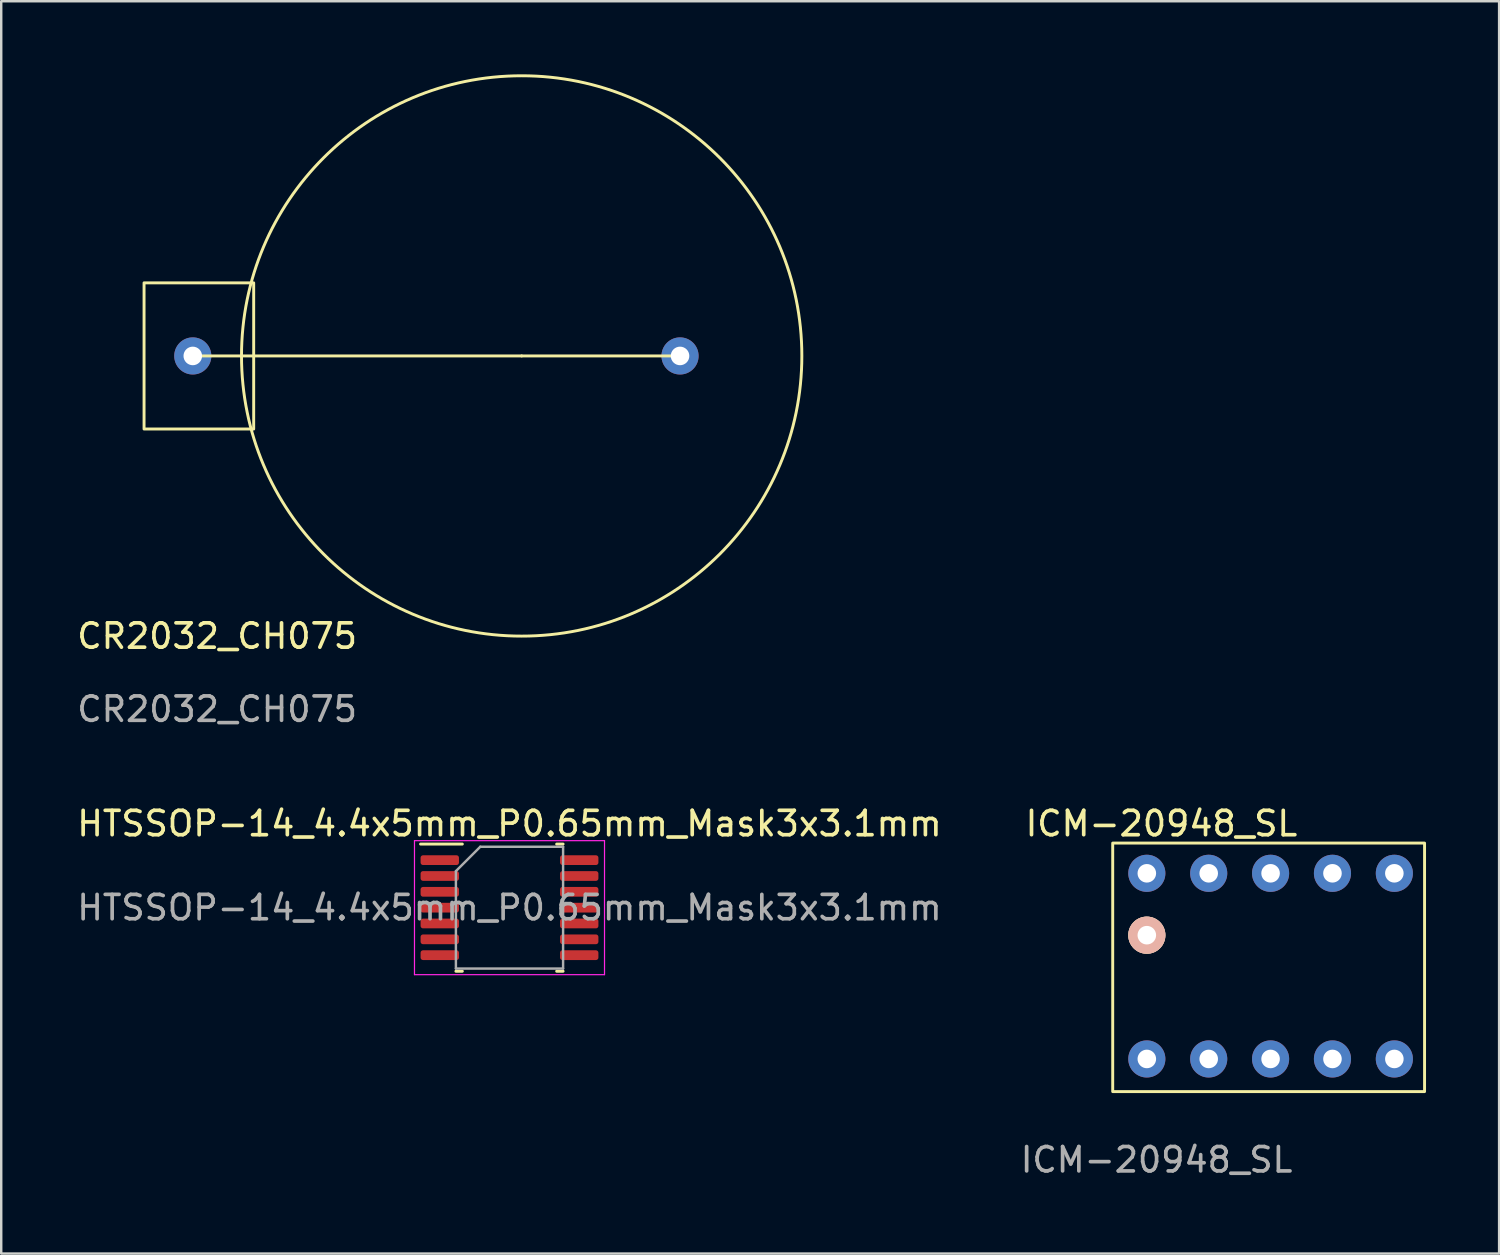
<source format=kicad_pcb>
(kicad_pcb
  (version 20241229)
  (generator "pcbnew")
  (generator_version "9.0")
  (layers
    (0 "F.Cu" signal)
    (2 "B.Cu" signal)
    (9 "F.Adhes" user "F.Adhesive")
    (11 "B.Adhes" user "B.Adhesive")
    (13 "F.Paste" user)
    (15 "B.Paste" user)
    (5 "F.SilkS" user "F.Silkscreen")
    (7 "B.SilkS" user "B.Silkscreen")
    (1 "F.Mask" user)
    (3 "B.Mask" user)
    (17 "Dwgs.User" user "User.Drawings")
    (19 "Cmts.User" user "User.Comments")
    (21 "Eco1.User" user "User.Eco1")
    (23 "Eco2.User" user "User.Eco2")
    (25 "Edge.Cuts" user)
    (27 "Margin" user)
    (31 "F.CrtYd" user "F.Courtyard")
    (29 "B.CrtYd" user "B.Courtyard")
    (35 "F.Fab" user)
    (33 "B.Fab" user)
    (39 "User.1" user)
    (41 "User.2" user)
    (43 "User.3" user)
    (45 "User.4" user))
  (footprint "CR2032_CH075"
    (layer "F.Cu")
    (at 5.863 23.56)
    (property "Reference" "CR2032_CH075" (at 0 -0.5 0) (unlocked yes) (layer "F.SilkS") (effects (font (size 1 1) (thickness 0.15))))
    (attr through_hole)
    (fp_line (start 12.5 -12) (end -1 -12) (stroke (width 0.12) (type solid)) (layer "F.SilkS"))
    (fp_line (start 12.5 -12) (end 19 -12) (stroke (width 0.12) (type solid)) (layer "F.SilkS"))
    (fp_rect (start -3 -15) (end 1.5 -9) (stroke (width 0.12) (type solid)) (fill no) (layer "F.SilkS"))
    (fp_circle (center 12.5 -12) (end 24 -12) (stroke (width 0.12) (type solid)) (fill no) (layer "F.SilkS"))
    (fp_text user "${REFERENCE}" (at 0 2.5 0) (unlocked yes) (layer "F.Fab") (effects (font (size 1 1) (thickness 0.15))))
    (pad "1" thru_hole circle (at 19 -12) (size 1.524 1.524) (drill 0.762) (layers "*.Cu" "*.Mask"))
    (pad "2" thru_hole circle (at -1 -12) (size 1.524 1.524) (drill 0.762) (layers "*.Cu" "*.Mask")))
  (footprint "ICM-20948_SL"
    (layer "F.Cu")
    (at 44.023 42.956)
    (property "Reference" "ICM-20948_SL" (at 0.6 -12.2 0) (unlocked yes) (layer "F.SilkS") (effects (font (size 1 1) (thickness 0.15))))
    (attr through_hole)
    (fp_rect (start -1.4 -1.2) (end 11.4 -11.4) (stroke (width 0.12) (type solid)) (fill no) (layer "F.SilkS"))
    (fp_text user "${REFERENCE}" (at 0.4 1.6 0) (unlocked yes) (layer "F.Fab") (effects (font (size 1 1) (thickness 0.15))))
    (pad "1" thru_hole circle (at 0 -2.54) (size 1.524 1.524) (drill 0.762) (layers "*.Cu" "*.Mask"))
    (pad "2" thru_hole circle (at 2.54 -2.54) (size 1.524 1.524) (drill 0.762) (layers "*.Cu" "*.Mask"))
    (pad "3" thru_hole circle (at 5.08 -2.54) (size 1.524 1.524) (drill 0.762) (layers "*.Cu" "*.Mask"))
    (pad "4" thru_hole circle (at 7.62 -2.54) (size 1.524 1.524) (drill 0.762) (layers "*.Cu" "*.Mask"))
    (pad "5" thru_hole circle (at 10.16 -2.54) (size 1.524 1.524) (drill 0.762) (layers "*.Cu" "*.Mask"))
    (pad "6" thru_hole circle (at 10.16 -10.16) (size 1.524 1.524) (drill 0.762) (layers "*.Cu" "*.Mask"))
    (pad "7" thru_hole circle (at 7.62 -10.16) (size 1.524 1.524) (drill 0.762) (layers "*.Cu" "*.Mask"))
    (pad "8" thru_hole circle (at 5.08 -10.16) (size 1.524 1.524) (drill 0.762) (layers "*.Cu" "*.Mask"))
    (pad "9" thru_hole circle (at 2.54 -10.16) (size 1.524 1.524) (drill 0.762) (layers "*.Cu" "*.Mask"))
    (pad "10" thru_hole circle (at 0 -10.16) (size 1.524 1.524) (drill 0.762) (layers "*.Cu" "*.Mask"))
    (pad "11" thru_hole circle (at 0 -7.62) (size 1.524 1.524) (drill 0.762) (layers "*.Cu" "*.SilkS")))
  (footprint "HTSSOP-14_4.4x5mm_P0.65mm_Mask3x3.1mm"
    (layer "F.Cu")
    (at 17.863 34.206)
    (property "Reference" "HTSSOP-14_4.4x5mm_P0.65mm_Mask3x3.1mm" (at 0 -3.45 0) (layer "F.SilkS") (effects (font (size 1 1) (thickness 0.15))))
    (attr smd)
    (fp_line (start -1.936 -2.61) (end -3.65 -2.61) (stroke (width 0.12) (type solid)) (layer "F.SilkS"))
    (fp_line (start -1.936 2.61) (end -2.2 2.61) (stroke (width 0.12) (type solid)) (layer "F.SilkS"))
    (fp_line (start 1.936 -2.61) (end 2.2 -2.61) (stroke (width 0.12) (type solid)) (layer "F.SilkS"))
    (fp_line (start 1.936 2.61) (end 2.2 2.61) (stroke (width 0.12) (type solid)) (layer "F.SilkS"))
    (fp_line (start -3.9 -2.75) (end -3.9 2.75) (stroke (width 0.05) (type solid)) (layer "F.CrtYd"))
    (fp_line (start -3.9 2.75) (end 3.9 2.75) (stroke (width 0.05) (type solid)) (layer "F.CrtYd"))
    (fp_line (start 3.9 -2.75) (end -3.9 -2.75) (stroke (width 0.05) (type solid)) (layer "F.CrtYd"))
    (fp_line (start 3.9 2.75) (end 3.9 -2.75) (stroke (width 0.05) (type solid)) (layer "F.CrtYd"))
    (fp_line (start -2.2 -1.5) (end -1.2 -2.5) (stroke (width 0.1) (type solid)) (layer "F.Fab"))
    (fp_line (start -2.2 2.5) (end -2.2 -1.5) (stroke (width 0.1) (type solid)) (layer "F.Fab"))
    (fp_line (start -1.2 -2.5) (end 2.2 -2.5) (stroke (width 0.1) (type solid)) (layer "F.Fab"))
    (fp_line (start 2.2 -2.5) (end 2.2 2.5) (stroke (width 0.1) (type solid)) (layer "F.Fab"))
    (fp_line (start 2.2 2.5) (end -2.2 2.5) (stroke (width 0.1) (type solid)) (layer "F.Fab"))
    (fp_text user "${REFERENCE}" (at 0 0 0) (layer "F.Fab") (effects (font (size 1 1) (thickness 0.15))))
    (pad "1" smd roundrect (at -2.862 -1.95) (size 1.575 0.4) (layers "F.Cu" "F.Mask" "F.Paste") (roundrect_rratio 0.25))
    (pad "2" smd roundrect (at -2.862 -1.3) (size 1.575 0.4) (layers "F.Cu" "F.Mask" "F.Paste") (roundrect_rratio 0.25))
    (pad "3" smd roundrect (at -2.862 -0.65) (size 1.575 0.4) (layers "F.Cu" "F.Mask" "F.Paste") (roundrect_rratio 0.25))
    (pad "4" smd roundrect (at -2.862 0) (size 1.575 0.4) (layers "F.Cu" "F.Mask" "F.Paste") (roundrect_rratio 0.25))
    (pad "5" smd roundrect (at -2.862 0.65) (size 1.575 0.4) (layers "F.Cu" "F.Mask" "F.Paste") (roundrect_rratio 0.25))
    (pad "6" smd roundrect (at -2.862 1.3) (size 1.575 0.4) (layers "F.Cu" "F.Mask" "F.Paste") (roundrect_rratio 0.25))
    (pad "7" smd roundrect (at -2.862 1.95) (size 1.575 0.4) (layers "F.Cu" "F.Mask" "F.Paste") (roundrect_rratio 0.25))
    (pad "8" smd roundrect (at 2.862 1.95) (size 1.575 0.4) (layers "F.Cu" "F.Mask" "F.Paste") (roundrect_rratio 0.25))
    (pad "9" smd roundrect (at 2.862 1.3) (size 1.575 0.4) (layers "F.Cu" "F.Mask" "F.Paste") (roundrect_rratio 0.25))
    (pad "10" smd roundrect (at 2.862 0.65) (size 1.575 0.4) (layers "F.Cu" "F.Mask" "F.Paste") (roundrect_rratio 0.25))
    (pad "11" smd roundrect (at 2.862 0) (size 1.575 0.4) (layers "F.Cu" "F.Mask" "F.Paste") (roundrect_rratio 0.25))
    (pad "12" smd roundrect (at 2.862 -0.65) (size 1.575 0.4) (layers "F.Cu" "F.Mask" "F.Paste") (roundrect_rratio 0.25))
    (pad "13" smd roundrect (at 2.862 -1.3) (size 1.575 0.4) (layers "F.Cu" "F.Mask" "F.Paste") (roundrect_rratio 0.25))
    (pad "14" smd roundrect (at 2.862 -1.95) (size 1.575 0.4) (layers "F.Cu" "F.Mask" "F.Paste") (roundrect_rratio 0.25)))
  (gr_rect
    (start -3 -3)
    (end 58.483 48.405)
    (stroke (width 0.1) (type default))
    (fill no)
    (layer "Edge.Cuts")))
</source>
